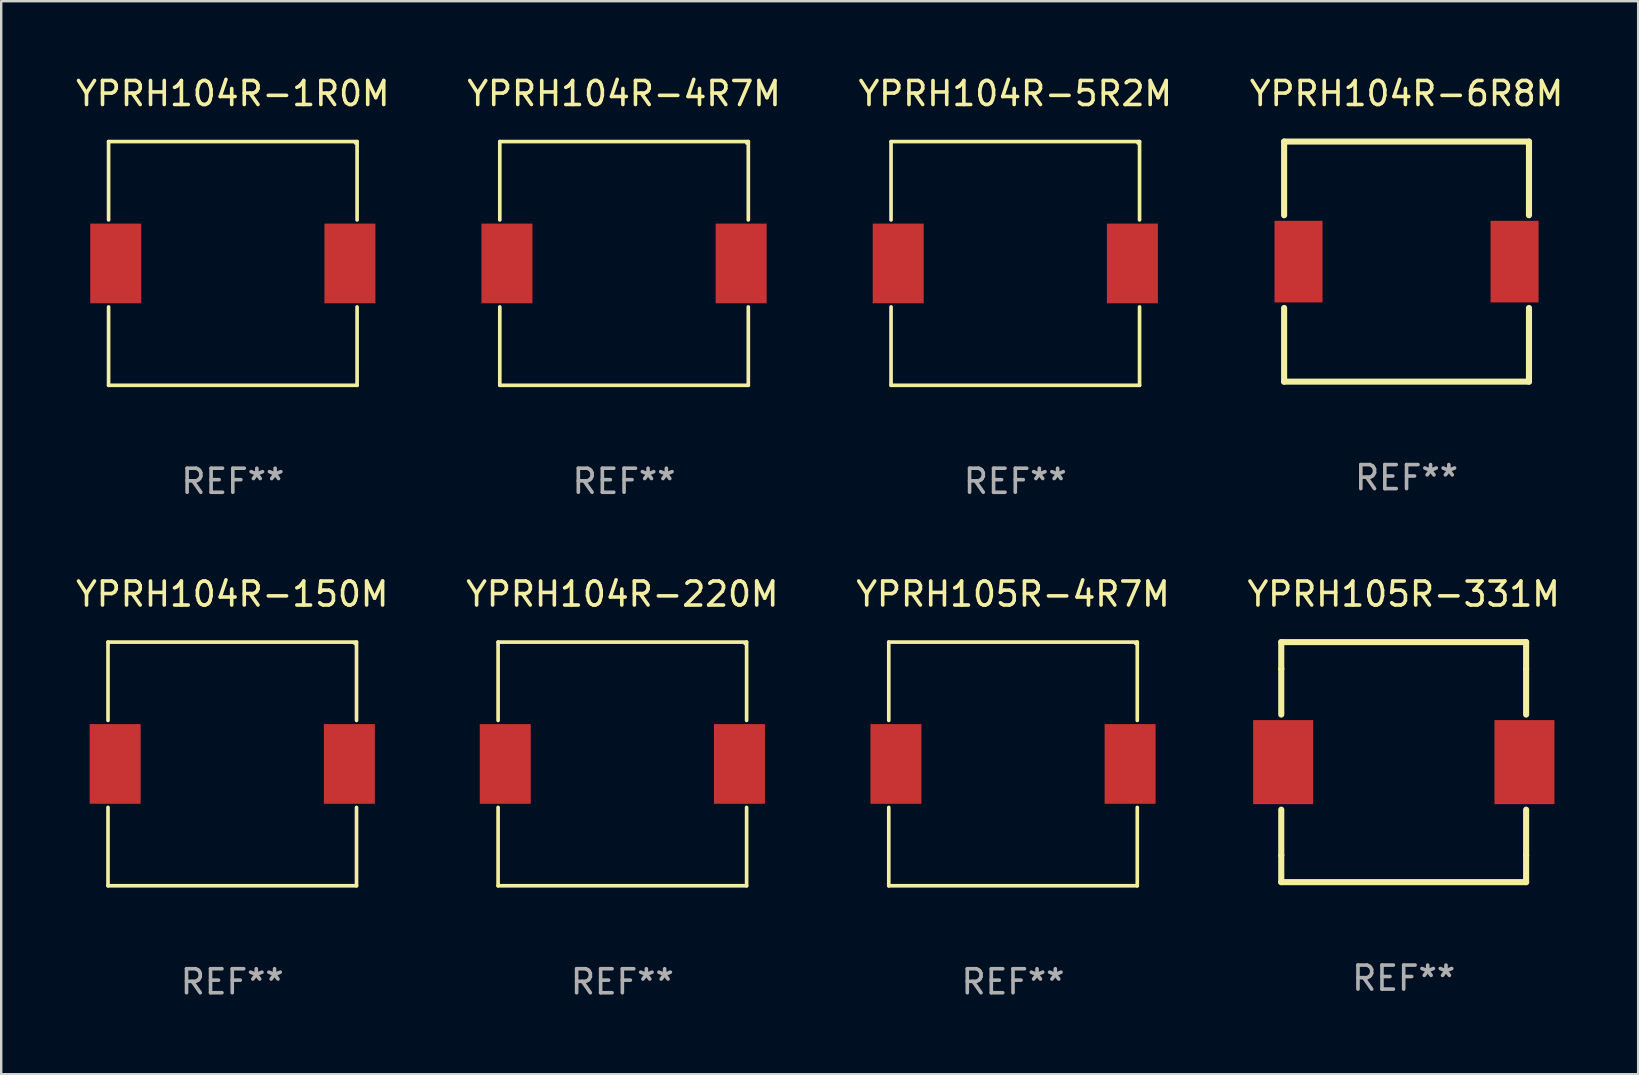
<source format=kicad_pcb>
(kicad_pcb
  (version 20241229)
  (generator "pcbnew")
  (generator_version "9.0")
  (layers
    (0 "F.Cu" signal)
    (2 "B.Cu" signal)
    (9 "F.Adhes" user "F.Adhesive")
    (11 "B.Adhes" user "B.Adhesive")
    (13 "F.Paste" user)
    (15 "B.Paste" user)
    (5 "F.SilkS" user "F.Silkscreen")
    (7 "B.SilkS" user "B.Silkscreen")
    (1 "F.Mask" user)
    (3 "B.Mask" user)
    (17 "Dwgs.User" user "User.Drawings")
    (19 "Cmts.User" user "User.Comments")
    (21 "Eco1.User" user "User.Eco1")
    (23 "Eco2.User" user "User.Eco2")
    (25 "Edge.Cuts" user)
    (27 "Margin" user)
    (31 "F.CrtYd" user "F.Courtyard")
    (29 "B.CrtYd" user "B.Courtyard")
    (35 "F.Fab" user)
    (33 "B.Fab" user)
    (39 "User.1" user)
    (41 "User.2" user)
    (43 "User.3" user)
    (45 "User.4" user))
  (footprint "YPRH104R-5R2M"
    (layer "F.Cu")
    (at 39.244 7.924)
    (property "Reference" "YPRH104R-5R2M" (at 0 -7.076 0) (layer "F.SilkS") (effects (font (size 1 1) (thickness 0.15))))
    (attr through_hole)
    (fp_line (start -5.176 -5.076) (end 5.176 -5.076) (stroke (width 0.152) (type solid)) (layer "F.SilkS"))
    (fp_line (start -5.176 -1.812) (end -5.176 -5.076) (stroke (width 0.152) (type solid)) (layer "F.SilkS"))
    (fp_line (start -5.176 1.812) (end -5.176 5.076) (stroke (width 0.152) (type solid)) (layer "F.SilkS"))
    (fp_line (start -5.176 5.076) (end 5.176 5.076) (stroke (width 0.152) (type solid)) (layer "F.SilkS"))
    (fp_line (start 5.176 -5.076) (end 5.176 -1.812) (stroke (width 0.152) (type solid)) (layer "F.SilkS"))
    (fp_line (start 5.176 5.076) (end 5.176 1.812) (stroke (width 0.152) (type solid)) (layer "F.SilkS"))
    (fp_circle (center 5.1 -5) (end 5.13 -5) (stroke (width 0.06) (type solid)) (fill no) (layer "F.SilkS"))
    (fp_text user "REF**" (at 0 9.076 0) (layer "F.Fab") (effects (font (size 1 1) (thickness 0.15))))
    (pad "1" smd rect (at 4.878 0) (size 2.124 3.32) (layers "F.Cu" "F.Mask" "F.Paste"))
    (pad "2" smd rect (at -4.878 0) (size 2.124 3.32) (layers "F.Cu" "F.Mask" "F.Paste")))
  (footprint "YPRH105R-4R7M"
    (layer "F.Cu")
    (at 39.149 28.773)
    (property "Reference" "YPRH105R-4R7M" (at 0 -7.076 0) (layer "F.SilkS") (effects (font (size 1 1) (thickness 0.15))))
    (attr through_hole)
    (fp_line (start -5.176 -5.076) (end 5.176 -5.076) (stroke (width 0.152) (type solid)) (layer "F.SilkS"))
    (fp_line (start -5.176 -1.812) (end -5.176 -5.076) (stroke (width 0.152) (type solid)) (layer "F.SilkS"))
    (fp_line (start -5.176 1.812) (end -5.176 5.076) (stroke (width 0.152) (type solid)) (layer "F.SilkS"))
    (fp_line (start -5.176 5.076) (end 5.176 5.076) (stroke (width 0.152) (type solid)) (layer "F.SilkS"))
    (fp_line (start 5.176 -5.076) (end 5.176 -1.812) (stroke (width 0.152) (type solid)) (layer "F.SilkS"))
    (fp_line (start 5.176 5.076) (end 5.176 1.812) (stroke (width 0.152) (type solid)) (layer "F.SilkS"))
    (fp_circle (center 5.1 -5) (end 5.13 -5) (stroke (width 0.06) (type solid)) (fill no) (layer "F.SilkS"))
    (fp_text user "REF**" (at 0 9.076 0) (layer "F.Fab") (effects (font (size 1 1) (thickness 0.15))))
    (pad "1" smd rect (at 4.878 0) (size 2.124 3.32) (layers "F.Cu" "F.Mask" "F.Paste"))
    (pad "2" smd rect (at -4.878 0) (size 2.124 3.32) (layers "F.Cu" "F.Mask" "F.Paste")))
  (footprint "YPRH104R-150M"
    (layer "F.Cu")
    (at 6.625 28.773)
    (property "Reference" "YPRH104R-150M" (at 0 -7.076 0) (layer "F.SilkS") (effects (font (size 1 1) (thickness 0.15))))
    (attr through_hole)
    (fp_line (start -5.176 -5.076) (end 5.176 -5.076) (stroke (width 0.152) (type solid)) (layer "F.SilkS"))
    (fp_line (start -5.176 -1.812) (end -5.176 -5.076) (stroke (width 0.152) (type solid)) (layer "F.SilkS"))
    (fp_line (start -5.176 1.812) (end -5.176 5.076) (stroke (width 0.152) (type solid)) (layer "F.SilkS"))
    (fp_line (start -5.176 5.076) (end 5.176 5.076) (stroke (width 0.152) (type solid)) (layer "F.SilkS"))
    (fp_line (start 5.176 -5.076) (end 5.176 -1.812) (stroke (width 0.152) (type solid)) (layer "F.SilkS"))
    (fp_line (start 5.176 5.076) (end 5.176 1.812) (stroke (width 0.152) (type solid)) (layer "F.SilkS"))
    (fp_circle (center 5.1 -5) (end 5.13 -5) (stroke (width 0.06) (type solid)) (fill no) (layer "F.SilkS"))
    (fp_text user "REF**" (at 0 9.076 0) (layer "F.Fab") (effects (font (size 1 1) (thickness 0.15))))
    (pad "1" smd rect (at 4.878 0) (size 2.124 3.32) (layers "F.Cu" "F.Mask" "F.Paste"))
    (pad "2" smd rect (at -4.878 0) (size 2.124 3.32) (layers "F.Cu" "F.Mask" "F.Paste")))
  (footprint "YPRH104R-4R7M"
    (layer "F.Cu")
    (at 22.946 7.924)
    (property "Reference" "YPRH104R-4R7M" (at 0 -7.076 0) (layer "F.SilkS") (effects (font (size 1 1) (thickness 0.15))))
    (attr through_hole)
    (fp_line (start -5.176 -5.076) (end 5.176 -5.076) (stroke (width 0.152) (type solid)) (layer "F.SilkS"))
    (fp_line (start -5.176 -1.812) (end -5.176 -5.076) (stroke (width 0.152) (type solid)) (layer "F.SilkS"))
    (fp_line (start -5.176 1.812) (end -5.176 5.076) (stroke (width 0.152) (type solid)) (layer "F.SilkS"))
    (fp_line (start -5.176 5.076) (end 5.176 5.076) (stroke (width 0.152) (type solid)) (layer "F.SilkS"))
    (fp_line (start 5.176 -5.076) (end 5.176 -1.812) (stroke (width 0.152) (type solid)) (layer "F.SilkS"))
    (fp_line (start 5.176 5.076) (end 5.176 1.812) (stroke (width 0.152) (type solid)) (layer "F.SilkS"))
    (fp_circle (center 5.1 -5) (end 5.13 -5) (stroke (width 0.06) (type solid)) (fill no) (layer "F.SilkS"))
    (fp_text user "REF**" (at 0 9.076 0) (layer "F.Fab") (effects (font (size 1 1) (thickness 0.15))))
    (pad "1" smd rect (at 4.878 0) (size 2.124 3.32) (layers "F.Cu" "F.Mask" "F.Paste"))
    (pad "2" smd rect (at -4.878 0) (size 2.124 3.32) (layers "F.Cu" "F.Mask" "F.Paste")))
  (footprint "YPRH104R-220M"
    (layer "F.Cu")
    (at 22.875 28.773)
    (property "Reference" "YPRH104R-220M" (at 0 -7.076 0) (layer "F.SilkS") (effects (font (size 1 1) (thickness 0.15))))
    (attr through_hole)
    (fp_line (start -5.176 -5.076) (end 5.176 -5.076) (stroke (width 0.152) (type solid)) (layer "F.SilkS"))
    (fp_line (start -5.176 -1.812) (end -5.176 -5.076) (stroke (width 0.152) (type solid)) (layer "F.SilkS"))
    (fp_line (start -5.176 1.812) (end -5.176 5.076) (stroke (width 0.152) (type solid)) (layer "F.SilkS"))
    (fp_line (start -5.176 5.076) (end 5.176 5.076) (stroke (width 0.152) (type solid)) (layer "F.SilkS"))
    (fp_line (start 5.176 -5.076) (end 5.176 -1.812) (stroke (width 0.152) (type solid)) (layer "F.SilkS"))
    (fp_line (start 5.176 5.076) (end 5.176 1.812) (stroke (width 0.152) (type solid)) (layer "F.SilkS"))
    (fp_circle (center 5.1 -5) (end 5.13 -5) (stroke (width 0.06) (type solid)) (fill no) (layer "F.SilkS"))
    (fp_text user "REF**" (at 0 9.076 0) (layer "F.Fab") (effects (font (size 1 1) (thickness 0.15))))
    (pad "1" smd rect (at 4.878 0) (size 2.124 3.32) (layers "F.Cu" "F.Mask" "F.Paste"))
    (pad "2" smd rect (at -4.878 0) (size 2.124 3.32) (layers "F.Cu" "F.Mask" "F.Paste")))
  (footprint "YPRH104R-1R0M"
    (layer "F.Cu")
    (at 6.649 7.924)
    (property "Reference" "YPRH104R-1R0M" (at 0 -7.076 0) (layer "F.SilkS") (effects (font (size 1 1) (thickness 0.15))))
    (attr through_hole)
    (fp_line (start -5.176 -5.076) (end 5.176 -5.076) (stroke (width 0.152) (type solid)) (layer "F.SilkS"))
    (fp_line (start -5.176 -1.812) (end -5.176 -5.076) (stroke (width 0.152) (type solid)) (layer "F.SilkS"))
    (fp_line (start -5.176 1.812) (end -5.176 5.076) (stroke (width 0.152) (type solid)) (layer "F.SilkS"))
    (fp_line (start -5.176 5.076) (end 5.176 5.076) (stroke (width 0.152) (type solid)) (layer "F.SilkS"))
    (fp_line (start 5.176 -5.076) (end 5.176 -1.812) (stroke (width 0.152) (type solid)) (layer "F.SilkS"))
    (fp_line (start 5.176 5.076) (end 5.176 1.812) (stroke (width 0.152) (type solid)) (layer "F.SilkS"))
    (fp_circle (center 5.1 -5) (end 5.13 -5) (stroke (width 0.06) (type solid)) (fill no) (layer "F.SilkS"))
    (fp_text user "REF**" (at 0 9.076 0) (layer "F.Fab") (effects (font (size 1 1) (thickness 0.15))))
    (pad "1" smd rect (at 4.878 0) (size 2.124 3.32) (layers "F.Cu" "F.Mask" "F.Paste"))
    (pad "2" smd rect (at -4.878 0) (size 2.124 3.32) (layers "F.Cu" "F.Mask" "F.Paste")))
  (footprint "YPRH105R-331M"
    (layer "F.Cu")
    (at 55.423 28.697)
    (property "Reference" "YPRH105R-331M" (at 0 -7 0) (layer "F.SilkS") (effects (font (size 1 1) (thickness 0.15))))
    (attr through_hole)
    (fp_line (start -5.1 -5) (end 5.1 -5) (stroke (width 0.254) (type solid)) (layer "F.SilkS"))
    (fp_line (start -5.1 -3.881) (end -5.1 -5) (stroke (width 0.254) (type solid)) (layer "F.SilkS"))
    (fp_line (start -5.1 -3.881) (end -5.1 -1.981) (stroke (width 0.254) (type solid)) (layer "F.SilkS"))
    (fp_line (start -5.1 1.981) (end -5.1 3.881) (stroke (width 0.254) (type solid)) (layer "F.SilkS"))
    (fp_line (start -5.1 5) (end -5.1 3.881) (stroke (width 0.254) (type solid)) (layer "F.SilkS"))
    (fp_line (start -5.1 5) (end 5.1 5) (stroke (width 0.254) (type solid)) (layer "F.SilkS"))
    (fp_line (start 5.1 -5) (end 5.1 -3.881) (stroke (width 0.254) (type solid)) (layer "F.SilkS"))
    (fp_line (start 5.1 -3.881) (end 5.1 -1.981) (stroke (width 0.254) (type solid)) (layer "F.SilkS"))
    (fp_line (start 5.1 1.981) (end 5.1 3.881) (stroke (width 0.254) (type solid)) (layer "F.SilkS"))
    (fp_line (start 5.1 3.881) (end 5.1 5) (stroke (width 0.254) (type solid)) (layer "F.SilkS"))
    (fp_circle (center -5.1 5) (end -5.07 5) (stroke (width 0.06) (type solid)) (fill no) (layer "F.SilkS"))
    (fp_text user "REF**" (at 0 9 0) (layer "F.Fab") (effects (font (size 1 1) (thickness 0.15))))
    (pad "1" smd rect (at -5.021 0) (size 2.5 3.5) (layers "F.Cu" "F.Mask" "F.Paste"))
    (pad "2" smd rect (at 5.03 0) (size 2.5 3.5) (layers "F.Cu" "F.Mask" "F.Paste")))
  (footprint "YPRH104R-6R8M"
    (layer "F.Cu")
    (at 55.542 7.848)
    (property "Reference" "YPRH104R-6R8M" (at 0 -7 0) (layer "F.SilkS") (effects (font (size 1 1) (thickness 0.15))))
    (attr through_hole)
    (fp_line (start -5.1 -5) (end -5.1 -1.931) (stroke (width 0.254) (type solid)) (layer "F.SilkS"))
    (fp_line (start -5.1 -5) (end 5.1 -5) (stroke (width 0.254) (type solid)) (layer "F.SilkS"))
    (fp_line (start -5.1 1.931) (end -5.1 5) (stroke (width 0.254) (type solid)) (layer "F.SilkS"))
    (fp_line (start -5.1 5) (end 5.1 5) (stroke (width 0.254) (type solid)) (layer "F.SilkS"))
    (fp_line (start 5.1 -5) (end 5.1 -1.931) (stroke (width 0.254) (type solid)) (layer "F.SilkS"))
    (fp_line (start 5.1 1.931) (end 5.1 4.826) (stroke (width 0.254) (type solid)) (layer "F.SilkS"))
    (fp_line (start 5.1 4.826) (end 5.1 5) (stroke (width 0.254) (type solid)) (layer "F.SilkS"))
    (fp_circle (center -5.1 5) (end -5.07 5) (stroke (width 0.06) (type solid)) (fill no) (layer "F.SilkS"))
    (fp_text user "REF**" (at 0 9 0) (layer "F.Fab") (effects (font (size 1 1) (thickness 0.15))))
    (pad "1" smd rect (at -4.5 0) (size 2 3.4) (layers "F.Cu" "F.Mask" "F.Paste"))
    (pad "2" smd rect (at 4.5 0) (size 2 3.4) (layers "F.Cu" "F.Mask" "F.Paste")))
  (gr_rect
    (start -3 -3)
    (end 65.19 41.698)
    (stroke (width 0.1) (type default))
    (fill no)
    (layer "Edge.Cuts")))
</source>
